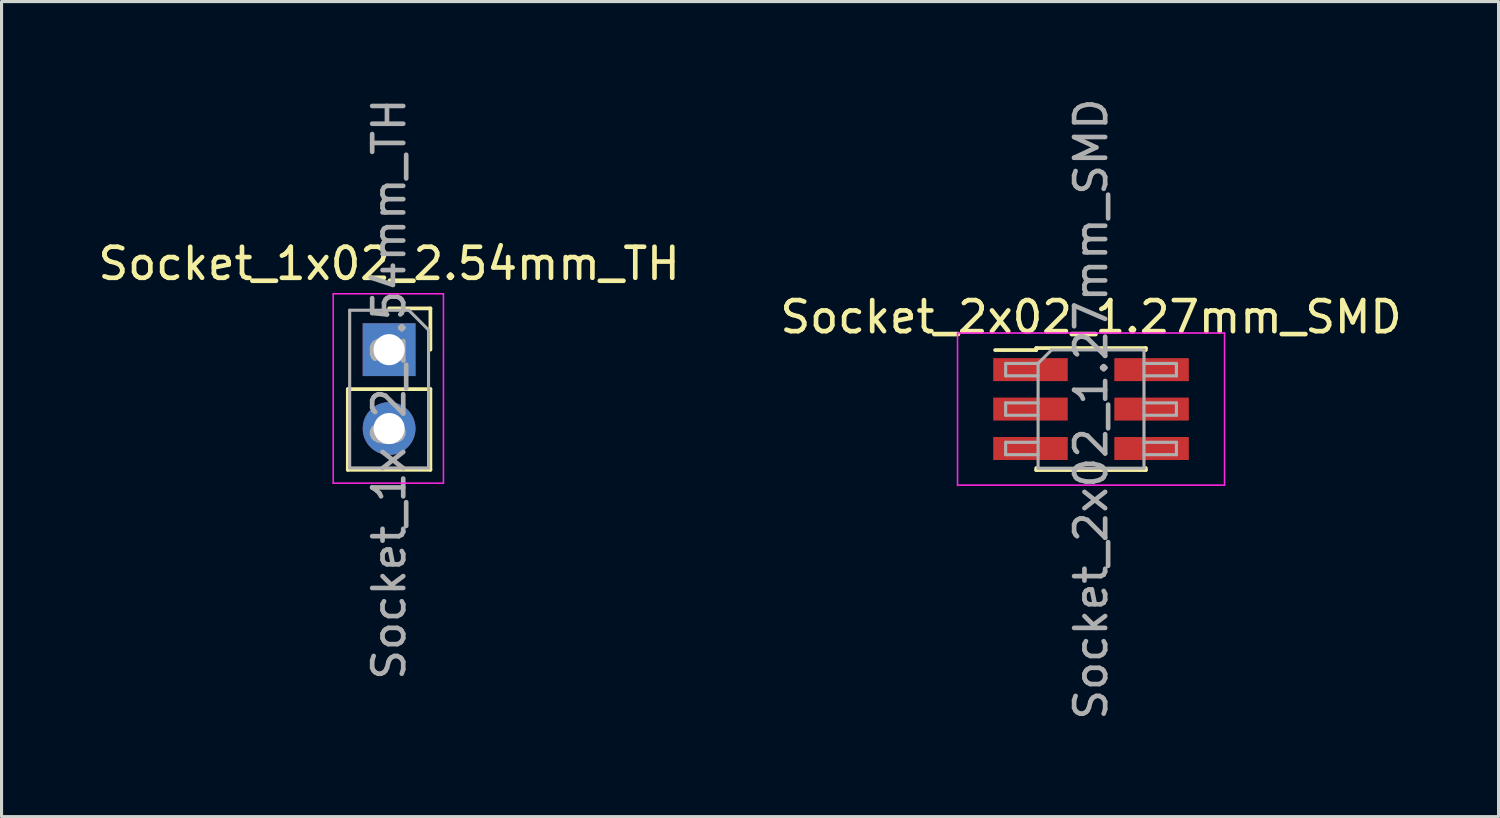
<source format=kicad_pcb>
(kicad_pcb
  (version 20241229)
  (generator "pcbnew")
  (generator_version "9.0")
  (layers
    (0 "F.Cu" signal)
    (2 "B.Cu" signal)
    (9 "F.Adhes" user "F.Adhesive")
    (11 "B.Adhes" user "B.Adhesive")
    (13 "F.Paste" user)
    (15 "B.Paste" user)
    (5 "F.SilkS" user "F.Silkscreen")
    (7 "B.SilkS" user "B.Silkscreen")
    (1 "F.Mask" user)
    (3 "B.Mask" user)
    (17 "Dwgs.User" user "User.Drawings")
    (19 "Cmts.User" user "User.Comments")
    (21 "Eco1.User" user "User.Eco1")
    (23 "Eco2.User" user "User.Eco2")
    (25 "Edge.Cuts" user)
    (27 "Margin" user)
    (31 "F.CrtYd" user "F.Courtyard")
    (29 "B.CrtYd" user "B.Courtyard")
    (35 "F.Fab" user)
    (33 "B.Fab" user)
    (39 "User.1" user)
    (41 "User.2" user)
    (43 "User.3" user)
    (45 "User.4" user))
  (footprint "Socket_1x02_2.54mm_TH"
    (layer "F.Cu")
    (at 9.482 8.212)
    (property "Reference" "Socket_1x02_2.54mm_TH" (at 0 -2.77 0) (layer "F.SilkS") (effects (font (size 1 1) (thickness 0.15))))
    (attr through_hole)
    (fp_line (start -1.33 1.27) (end -1.33 3.87) (stroke (width 0.12) (type solid)) (layer "F.SilkS"))
    (fp_line (start -1.33 1.27) (end 1.33 1.27) (stroke (width 0.12) (type solid)) (layer "F.SilkS"))
    (fp_line (start -1.33 3.87) (end 1.33 3.87) (stroke (width 0.12) (type solid)) (layer "F.SilkS"))
    (fp_line (start 0 -1.33) (end 1.33 -1.33) (stroke (width 0.12) (type solid)) (layer "F.SilkS"))
    (fp_line (start 1.33 -1.33) (end 1.33 0) (stroke (width 0.12) (type solid)) (layer "F.SilkS"))
    (fp_line (start 1.33 1.27) (end 1.33 3.87) (stroke (width 0.12) (type solid)) (layer "F.SilkS"))
    (fp_line (start -1.8 -1.8) (end 1.75 -1.8) (stroke (width 0.05) (type solid)) (layer "F.CrtYd"))
    (fp_line (start -1.8 4.3) (end -1.8 -1.8) (stroke (width 0.05) (type solid)) (layer "F.CrtYd"))
    (fp_line (start 1.75 -1.8) (end 1.75 4.3) (stroke (width 0.05) (type solid)) (layer "F.CrtYd"))
    (fp_line (start 1.75 4.3) (end -1.8 4.3) (stroke (width 0.05) (type solid)) (layer "F.CrtYd"))
    (fp_line (start -1.27 -1.27) (end 0.635 -1.27) (stroke (width 0.1) (type solid)) (layer "F.Fab"))
    (fp_line (start -1.27 3.81) (end -1.27 -1.27) (stroke (width 0.1) (type solid)) (layer "F.Fab"))
    (fp_line (start 0.635 -1.27) (end 1.27 -0.635) (stroke (width 0.1) (type solid)) (layer "F.Fab"))
    (fp_line (start 1.27 -0.635) (end 1.27 3.81) (stroke (width 0.1) (type solid)) (layer "F.Fab"))
    (fp_line (start 1.27 3.81) (end -1.27 3.81) (stroke (width 0.1) (type solid)) (layer "F.Fab"))
    (fp_text user "${REFERENCE}" (at 0 1.27 90) (layer "F.Fab") (effects (font (size 1 1) (thickness 0.15))))
    (pad "1" thru_hole rect (at 0 0) (size 1.7 1.7) (drill 1) (layers "*.Cu" "*.Mask"))
    (pad "2" thru_hole oval (at 0 2.54) (size 1.7 1.7) (drill 1) (layers "*.Cu" "*.Mask")))
  (footprint "Socket_2x02_1.27mm_SMD"
    (layer "F.Cu")
    (at 32.089 10.125)
    (property "Reference" "Socket_2x02_1.27mm_SMD" (at 0 -2.965 0) (layer "F.SilkS") (effects (font (size 1 1) (thickness 0.15))))
    (attr smd)
    (fp_line (start -3.09 -1.9) (end -1.765 -1.9) (stroke (width 0.12) (type solid)) (layer "F.SilkS"))
    (fp_line (start -1.765 -1.965) (end -1.765 -1.9) (stroke (width 0.12) (type solid)) (layer "F.SilkS"))
    (fp_line (start -1.765 -1.965) (end 1.765 -1.965) (stroke (width 0.12) (type solid)) (layer "F.SilkS"))
    (fp_line (start -1.765 1.9) (end -1.765 1.965) (stroke (width 0.12) (type solid)) (layer "F.SilkS"))
    (fp_line (start -1.765 1.965) (end 1.765 1.965) (stroke (width 0.12) (type solid)) (layer "F.SilkS"))
    (fp_line (start 1.765 -1.965) (end 1.765 -1.9) (stroke (width 0.12) (type solid)) (layer "F.SilkS"))
    (fp_line (start 1.765 1.9) (end 1.765 1.965) (stroke (width 0.12) (type solid)) (layer "F.SilkS"))
    (fp_line (start -4.3 -2.45) (end -4.3 2.45) (stroke (width 0.05) (type solid)) (layer "F.CrtYd"))
    (fp_line (start -4.3 2.45) (end 4.3 2.45) (stroke (width 0.05) (type solid)) (layer "F.CrtYd"))
    (fp_line (start 4.3 -2.45) (end -4.3 -2.45) (stroke (width 0.05) (type solid)) (layer "F.CrtYd"))
    (fp_line (start 4.3 2.45) (end 4.3 -2.45) (stroke (width 0.05) (type solid)) (layer "F.CrtYd"))
    (fp_line (start -2.75 -1.47) (end -2.75 -1.07) (stroke (width 0.1) (type solid)) (layer "F.Fab"))
    (fp_line (start -2.75 -1.07) (end -1.705 -1.07) (stroke (width 0.1) (type solid)) (layer "F.Fab"))
    (fp_line (start -2.75 -0.2) (end -2.75 0.2) (stroke (width 0.1) (type solid)) (layer "F.Fab"))
    (fp_line (start -2.75 0.2) (end -1.705 0.2) (stroke (width 0.1) (type solid)) (layer "F.Fab"))
    (fp_line (start -2.75 1.07) (end -2.75 1.47) (stroke (width 0.1) (type solid)) (layer "F.Fab"))
    (fp_line (start -2.75 1.47) (end -1.705 1.47) (stroke (width 0.1) (type solid)) (layer "F.Fab"))
    (fp_line (start -1.705 -1.47) (end -2.75 -1.47) (stroke (width 0.1) (type solid)) (layer "F.Fab"))
    (fp_line (start -1.705 -1.47) (end -1.27 -1.905) (stroke (width 0.1) (type solid)) (layer "F.Fab"))
    (fp_line (start -1.705 -0.2) (end -2.75 -0.2) (stroke (width 0.1) (type solid)) (layer "F.Fab"))
    (fp_line (start -1.705 1.07) (end -2.75 1.07) (stroke (width 0.1) (type solid)) (layer "F.Fab"))
    (fp_line (start -1.705 1.905) (end -1.705 -1.47) (stroke (width 0.1) (type solid)) (layer "F.Fab"))
    (fp_line (start -1.27 -1.905) (end 1.705 -1.905) (stroke (width 0.1) (type solid)) (layer "F.Fab"))
    (fp_line (start 1.705 -1.905) (end 1.705 1.905) (stroke (width 0.1) (type solid)) (layer "F.Fab"))
    (fp_line (start 1.705 -1.47) (end 2.75 -1.47) (stroke (width 0.1) (type solid)) (layer "F.Fab"))
    (fp_line (start 1.705 -0.2) (end 2.75 -0.2) (stroke (width 0.1) (type solid)) (layer "F.Fab"))
    (fp_line (start 1.705 1.07) (end 2.75 1.07) (stroke (width 0.1) (type solid)) (layer "F.Fab"))
    (fp_line (start 1.705 1.905) (end -1.705 1.905) (stroke (width 0.1) (type solid)) (layer "F.Fab"))
    (fp_line (start 2.75 -1.47) (end 2.75 -1.07) (stroke (width 0.1) (type solid)) (layer "F.Fab"))
    (fp_line (start 2.75 -1.07) (end 1.705 -1.07) (stroke (width 0.1) (type solid)) (layer "F.Fab"))
    (fp_line (start 2.75 -0.2) (end 2.75 0.2) (stroke (width 0.1) (type solid)) (layer "F.Fab"))
    (fp_line (start 2.75 0.2) (end 1.705 0.2) (stroke (width 0.1) (type solid)) (layer "F.Fab"))
    (fp_line (start 2.75 1.07) (end 2.75 1.47) (stroke (width 0.1) (type solid)) (layer "F.Fab"))
    (fp_line (start 2.75 1.47) (end 1.705 1.47) (stroke (width 0.1) (type solid)) (layer "F.Fab"))
    (fp_text user "${REFERENCE}" (at 0 0 90) (layer "F.Fab") (effects (font (size 1 1) (thickness 0.15))))
    (pad "1" smd rect (at 1.95 -1.27) (size 2.4 0.74) (layers "F.Cu" "F.Mask" "F.Paste"))
    (pad "2" smd rect (at -1.95 -1.27) (size 2.4 0.74) (layers "F.Cu" "F.Mask" "F.Paste"))
    (pad "3" smd rect (at 1.95 0) (size 2.4 0.74) (layers "F.Cu" "F.Mask" "F.Paste"))
    (pad "4" smd rect (at -1.95 0) (size 2.4 0.74) (layers "F.Cu" "F.Mask" "F.Paste"))
    (pad "5" smd rect (at 1.95 1.27) (size 2.4 0.74) (layers "F.Cu" "F.Mask" "F.Paste"))
    (pad "6" smd rect (at -1.95 1.27) (size 2.4 0.74) (layers "F.Cu" "F.Mask" "F.Paste")))
  (gr_rect
    (start -3 -3)
    (end 45.214 23.25)
    (stroke (width 0.1) (type default))
    (fill no)
    (layer "Edge.Cuts")))
</source>
